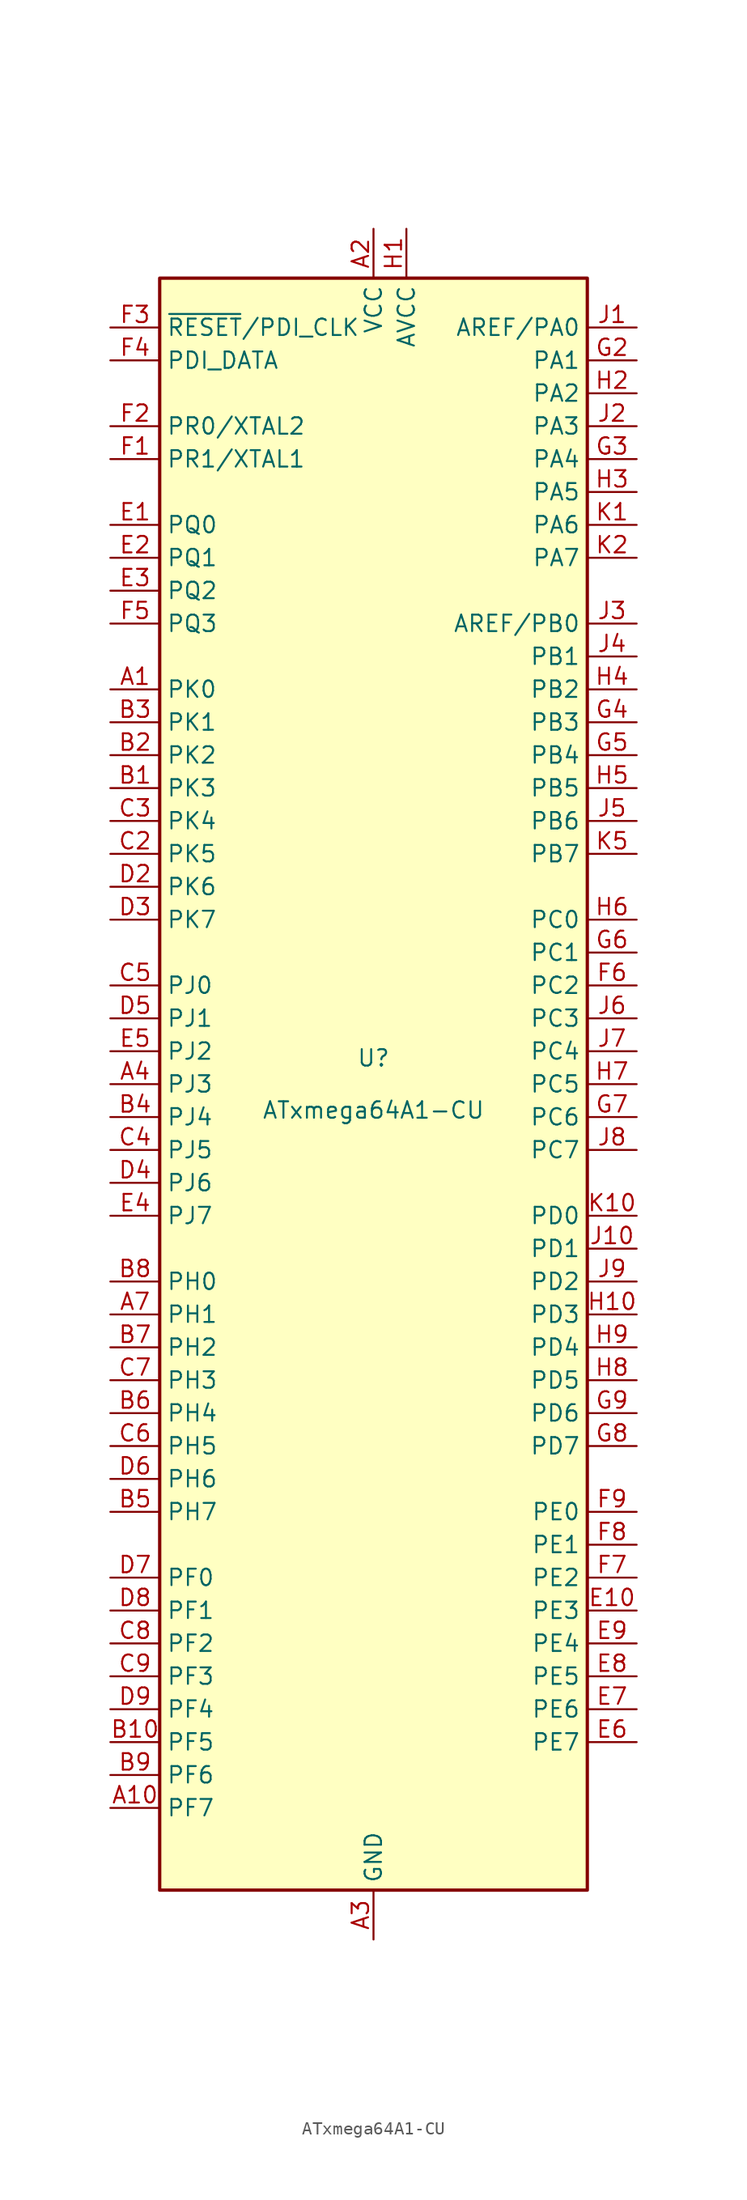
<source format=kicad_sym>
(kicad_symbol_lib
  (version 20211014)
  (generator kicad_symbol_editor)
  (symbol "ATxmega64A1-CU"
    (property "Reference" "U"
      (at 0 1.27 0)
      (effects (font (size 1.27 1.27)) (justify bottom)))
    (property "Value" "ATxmega64A1-CU"
      (at 0 -1.27 0)
      (effects (font (size 1.27 1.27)) (justify top)))
    (symbol "ATxmega64A1-CU_0_1"
      (rectangle (start -16.51 -62.23) (end 16.51 62.23) (stroke (width 0.254) (type default) (color 0 0 0 0)) (fill (type background))))
    (symbol "ATxmega64A1-CU_1_1"
      (pin bidirectional line (at -20.32 30.48 0) (length 3.81) (name "PK0" (effects (font (size 1.27 1.27)))) (number "A1" (effects (font (size 1.27 1.27)))))
      (pin bidirectional line (at -20.32 -55.88 0) (length 3.81) (name "PF7" (effects (font (size 1.27 1.27)))) (number "A10" (effects (font (size 1.27 1.27)))))
      (pin power_in line (at 0 66.04 270) (length 3.81) (name "VCC" (effects (font (size 1.27 1.27)))) (number "A2" (effects (font (size 1.27 1.27)))))
      (pin power_in line (at 0 -66.04 90) (length 3.81) (name "GND" (effects (font (size 1.27 1.27)))) (number "A3" (effects (font (size 1.27 1.27)))))
      (pin bidirectional line (at -20.32 0 0) (length 3.81) (name "PJ3" (effects (font (size 1.27 1.27)))) (number "A4" (effects (font (size 1.27 1.27)))))
      (pin passive line (at 0 66.04 270) (length 3.81) hide (name "VCC" (effects (font (size 1.27 1.27)))) (number "A5" (effects (font (size 1.27 1.27)))))
      (pin passive line (at 0 -66.04 90) (length 3.81) hide (name "GND" (effects (font (size 1.27 1.27)))) (number "A6" (effects (font (size 1.27 1.27)))))
      (pin bidirectional line (at -20.32 -17.78 0) (length 3.81) (name "PH1" (effects (font (size 1.27 1.27)))) (number "A7" (effects (font (size 1.27 1.27)))))
      (pin passive line (at 0 -66.04 90) (length 3.81) hide (name "GND" (effects (font (size 1.27 1.27)))) (number "A8" (effects (font (size 1.27 1.27)))))
      (pin passive line (at 0 66.04 270) (length 3.81) hide (name "VCC" (effects (font (size 1.27 1.27)))) (number "A9" (effects (font (size 1.27 1.27)))))
      (pin bidirectional line (at -20.32 22.86 0) (length 3.81) (name "PK3" (effects (font (size 1.27 1.27)))) (number "B1" (effects (font (size 1.27 1.27)))))
      (pin bidirectional line (at -20.32 -50.8 0) (length 3.81) (name "PF5" (effects (font (size 1.27 1.27)))) (number "B10" (effects (font (size 1.27 1.27)))))
      (pin bidirectional line (at -20.32 25.4 0) (length 3.81) (name "PK2" (effects (font (size 1.27 1.27)))) (number "B2" (effects (font (size 1.27 1.27)))))
      (pin bidirectional line (at -20.32 27.94 0) (length 3.81) (name "PK1" (effects (font (size 1.27 1.27)))) (number "B3" (effects (font (size 1.27 1.27)))))
      (pin bidirectional line (at -20.32 -2.54 0) (length 3.81) (name "PJ4" (effects (font (size 1.27 1.27)))) (number "B4" (effects (font (size 1.27 1.27)))))
      (pin bidirectional line (at -20.32 -33.02 0) (length 3.81) (name "PH7" (effects (font (size 1.27 1.27)))) (number "B5" (effects (font (size 1.27 1.27)))))
      (pin bidirectional line (at -20.32 -25.4 0) (length 3.81) (name "PH4" (effects (font (size 1.27 1.27)))) (number "B6" (effects (font (size 1.27 1.27)))))
      (pin bidirectional line (at -20.32 -20.32 0) (length 3.81) (name "PH2" (effects (font (size 1.27 1.27)))) (number "B7" (effects (font (size 1.27 1.27)))))
      (pin bidirectional line (at -20.32 -15.24 0) (length 3.81) (name "PH0" (effects (font (size 1.27 1.27)))) (number "B8" (effects (font (size 1.27 1.27)))))
      (pin bidirectional line (at -20.32 -53.34 0) (length 3.81) (name "PF6" (effects (font (size 1.27 1.27)))) (number "B9" (effects (font (size 1.27 1.27)))))
      (pin passive line (at 0 66.04 270) (length 3.81) hide (name "VCC" (effects (font (size 1.27 1.27)))) (number "C1" (effects (font (size 1.27 1.27)))))
      (pin passive line (at 0 66.04 270) (length 3.81) hide (name "VCC" (effects (font (size 1.27 1.27)))) (number "C10" (effects (font (size 1.27 1.27)))))
      (pin bidirectional line (at -20.32 17.78 0) (length 3.81) (name "PK5" (effects (font (size 1.27 1.27)))) (number "C2" (effects (font (size 1.27 1.27)))))
      (pin bidirectional line (at -20.32 20.32 0) (length 3.81) (name "PK4" (effects (font (size 1.27 1.27)))) (number "C3" (effects (font (size 1.27 1.27)))))
      (pin bidirectional line (at -20.32 -5.08 0) (length 3.81) (name "PJ5" (effects (font (size 1.27 1.27)))) (number "C4" (effects (font (size 1.27 1.27)))))
      (pin bidirectional line (at -20.32 7.62 0) (length 3.81) (name "PJ0" (effects (font (size 1.27 1.27)))) (number "C5" (effects (font (size 1.27 1.27)))))
      (pin bidirectional line (at -20.32 -27.94 0) (length 3.81) (name "PH5" (effects (font (size 1.27 1.27)))) (number "C6" (effects (font (size 1.27 1.27)))))
      (pin bidirectional line (at -20.32 -22.86 0) (length 3.81) (name "PH3" (effects (font (size 1.27 1.27)))) (number "C7" (effects (font (size 1.27 1.27)))))
      (pin bidirectional line (at -20.32 -43.18 0) (length 3.81) (name "PF2" (effects (font (size 1.27 1.27)))) (number "C8" (effects (font (size 1.27 1.27)))))
      (pin bidirectional line (at -20.32 -45.72 0) (length 3.81) (name "PF3" (effects (font (size 1.27 1.27)))) (number "C9" (effects (font (size 1.27 1.27)))))
      (pin passive line (at 0 -66.04 90) (length 3.81) hide (name "GND" (effects (font (size 1.27 1.27)))) (number "D1" (effects (font (size 1.27 1.27)))))
      (pin passive line (at 0 -66.04 90) (length 3.81) hide (name "GND" (effects (font (size 1.27 1.27)))) (number "D10" (effects (font (size 1.27 1.27)))))
      (pin bidirectional line (at -20.32 15.24 0) (length 3.81) (name "PK6" (effects (font (size 1.27 1.27)))) (number "D2" (effects (font (size 1.27 1.27)))))
      (pin bidirectional line (at -20.32 12.7 0) (length 3.81) (name "PK7" (effects (font (size 1.27 1.27)))) (number "D3" (effects (font (size 1.27 1.27)))))
      (pin bidirectional line (at -20.32 -7.62 0) (length 3.81) (name "PJ6" (effects (font (size 1.27 1.27)))) (number "D4" (effects (font (size 1.27 1.27)))))
      (pin bidirectional line (at -20.32 5.08 0) (length 3.81) (name "PJ1" (effects (font (size 1.27 1.27)))) (number "D5" (effects (font (size 1.27 1.27)))))
      (pin bidirectional line (at -20.32 -30.48 0) (length 3.81) (name "PH6" (effects (font (size 1.27 1.27)))) (number "D6" (effects (font (size 1.27 1.27)))))
      (pin bidirectional line (at -20.32 -38.1 0) (length 3.81) (name "PF0" (effects (font (size 1.27 1.27)))) (number "D7" (effects (font (size 1.27 1.27)))))
      (pin bidirectional line (at -20.32 -40.64 0) (length 3.81) (name "PF1" (effects (font (size 1.27 1.27)))) (number "D8" (effects (font (size 1.27 1.27)))))
      (pin bidirectional line (at -20.32 -48.26 0) (length 3.81) (name "PF4" (effects (font (size 1.27 1.27)))) (number "D9" (effects (font (size 1.27 1.27)))))
      (pin bidirectional line (at -20.32 43.18 0) (length 3.81) (name "PQ0" (effects (font (size 1.27 1.27)))) (number "E1" (effects (font (size 1.27 1.27)))))
      (pin bidirectional line (at 20.32 -40.64 180) (length 3.81) (name "PE3" (effects (font (size 1.27 1.27)))) (number "E10" (effects (font (size 1.27 1.27)))))
      (pin bidirectional line (at -20.32 40.64 0) (length 3.81) (name "PQ1" (effects (font (size 1.27 1.27)))) (number "E2" (effects (font (size 1.27 1.27)))))
      (pin bidirectional line (at -20.32 38.1 0) (length 3.81) (name "PQ2" (effects (font (size 1.27 1.27)))) (number "E3" (effects (font (size 1.27 1.27)))))
      (pin bidirectional line (at -20.32 -10.16 0) (length 3.81) (name "PJ7" (effects (font (size 1.27 1.27)))) (number "E4" (effects (font (size 1.27 1.27)))))
      (pin bidirectional line (at -20.32 2.54 0) (length 3.81) (name "PJ2" (effects (font (size 1.27 1.27)))) (number "E5" (effects (font (size 1.27 1.27)))))
      (pin bidirectional line (at 20.32 -50.8 180) (length 3.81) (name "PE7" (effects (font (size 1.27 1.27)))) (number "E6" (effects (font (size 1.27 1.27)))))
      (pin bidirectional line (at 20.32 -48.26 180) (length 3.81) (name "PE6" (effects (font (size 1.27 1.27)))) (number "E7" (effects (font (size 1.27 1.27)))))
      (pin bidirectional line (at 20.32 -45.72 180) (length 3.81) (name "PE5" (effects (font (size 1.27 1.27)))) (number "E8" (effects (font (size 1.27 1.27)))))
      (pin bidirectional line (at 20.32 -43.18 180) (length 3.81) (name "PE4" (effects (font (size 1.27 1.27)))) (number "E9" (effects (font (size 1.27 1.27)))))
      (pin bidirectional line (at -20.32 48.26 0) (length 3.81) (name "PR1/XTAL1" (effects (font (size 1.27 1.27)))) (number "F1" (effects (font (size 1.27 1.27)))))
      (pin passive line (at 0 66.04 270) (length 3.81) hide (name "VCC" (effects (font (size 1.27 1.27)))) (number "F10" (effects (font (size 1.27 1.27)))))
      (pin bidirectional line (at -20.32 50.8 0) (length 3.81) (name "PR0/XTAL2" (effects (font (size 1.27 1.27)))) (number "F2" (effects (font (size 1.27 1.27)))))
      (pin input line (at -20.32 58.42 0) (length 3.81) (name "~{RESET}/PDI_CLK" (effects (font (size 1.27 1.27)))) (number "F3" (effects (font (size 1.27 1.27)))))
      (pin bidirectional line (at -20.32 55.88 0) (length 3.81) (name "PDI_DATA" (effects (font (size 1.27 1.27)))) (number "F4" (effects (font (size 1.27 1.27)))))
      (pin bidirectional line (at -20.32 35.56 0) (length 3.81) (name "PQ3" (effects (font (size 1.27 1.27)))) (number "F5" (effects (font (size 1.27 1.27)))))
      (pin bidirectional line (at 20.32 7.62 180) (length 3.81) (name "PC2" (effects (font (size 1.27 1.27)))) (number "F6" (effects (font (size 1.27 1.27)))))
      (pin bidirectional line (at 20.32 -38.1 180) (length 3.81) (name "PE2" (effects (font (size 1.27 1.27)))) (number "F7" (effects (font (size 1.27 1.27)))))
      (pin bidirectional line (at 20.32 -35.56 180) (length 3.81) (name "PE1" (effects (font (size 1.27 1.27)))) (number "F8" (effects (font (size 1.27 1.27)))))
      (pin bidirectional line (at 20.32 -33.02 180) (length 3.81) (name "PE0" (effects (font (size 1.27 1.27)))) (number "F9" (effects (font (size 1.27 1.27)))))
      (pin passive line (at 0 -66.04 90) (length 3.81) hide (name "GND" (effects (font (size 1.27 1.27)))) (number "G1" (effects (font (size 1.27 1.27)))))
      (pin passive line (at 0 -66.04 90) (length 3.81) hide (name "GND" (effects (font (size 1.27 1.27)))) (number "G10" (effects (font (size 1.27 1.27)))))
      (pin bidirectional line (at 20.32 55.88 180) (length 3.81) (name "PA1" (effects (font (size 1.27 1.27)))) (number "G2" (effects (font (size 1.27 1.27)))))
      (pin bidirectional line (at 20.32 48.26 180) (length 3.81) (name "PA4" (effects (font (size 1.27 1.27)))) (number "G3" (effects (font (size 1.27 1.27)))))
      (pin bidirectional line (at 20.32 27.94 180) (length 3.81) (name "PB3" (effects (font (size 1.27 1.27)))) (number "G4" (effects (font (size 1.27 1.27)))))
      (pin bidirectional line (at 20.32 25.4 180) (length 3.81) (name "PB4" (effects (font (size 1.27 1.27)))) (number "G5" (effects (font (size 1.27 1.27)))))
      (pin bidirectional line (at 20.32 10.16 180) (length 3.81) (name "PC1" (effects (font (size 1.27 1.27)))) (number "G6" (effects (font (size 1.27 1.27)))))
      (pin bidirectional line (at 20.32 -2.54 180) (length 3.81) (name "PC6" (effects (font (size 1.27 1.27)))) (number "G7" (effects (font (size 1.27 1.27)))))
      (pin bidirectional line (at 20.32 -27.94 180) (length 3.81) (name "PD7" (effects (font (size 1.27 1.27)))) (number "G8" (effects (font (size 1.27 1.27)))))
      (pin bidirectional line (at 20.32 -25.4 180) (length 3.81) (name "PD6" (effects (font (size 1.27 1.27)))) (number "G9" (effects (font (size 1.27 1.27)))))
      (pin power_in line (at 2.54 66.04 270) (length 3.81) (name "AVCC" (effects (font (size 1.27 1.27)))) (number "H1" (effects (font (size 1.27 1.27)))))
      (pin bidirectional line (at 20.32 -17.78 180) (length 3.81) (name "PD3" (effects (font (size 1.27 1.27)))) (number "H10" (effects (font (size 1.27 1.27)))))
      (pin bidirectional line (at 20.32 53.34 180) (length 3.81) (name "PA2" (effects (font (size 1.27 1.27)))) (number "H2" (effects (font (size 1.27 1.27)))))
      (pin bidirectional line (at 20.32 45.72 180) (length 3.81) (name "PA5" (effects (font (size 1.27 1.27)))) (number "H3" (effects (font (size 1.27 1.27)))))
      (pin bidirectional line (at 20.32 30.48 180) (length 3.81) (name "PB2" (effects (font (size 1.27 1.27)))) (number "H4" (effects (font (size 1.27 1.27)))))
      (pin bidirectional line (at 20.32 22.86 180) (length 3.81) (name "PB5" (effects (font (size 1.27 1.27)))) (number "H5" (effects (font (size 1.27 1.27)))))
      (pin bidirectional line (at 20.32 12.7 180) (length 3.81) (name "PC0" (effects (font (size 1.27 1.27)))) (number "H6" (effects (font (size 1.27 1.27)))))
      (pin bidirectional line (at 20.32 0 180) (length 3.81) (name "PC5" (effects (font (size 1.27 1.27)))) (number "H7" (effects (font (size 1.27 1.27)))))
      (pin bidirectional line (at 20.32 -22.86 180) (length 3.81) (name "PD5" (effects (font (size 1.27 1.27)))) (number "H8" (effects (font (size 1.27 1.27)))))
      (pin bidirectional line (at 20.32 -20.32 180) (length 3.81) (name "PD4" (effects (font (size 1.27 1.27)))) (number "H9" (effects (font (size 1.27 1.27)))))
      (pin bidirectional line (at 20.32 58.42 180) (length 3.81) (name "AREF/PA0" (effects (font (size 1.27 1.27)))) (number "J1" (effects (font (size 1.27 1.27)))))
      (pin bidirectional line (at 20.32 -12.7 180) (length 3.81) (name "PD1" (effects (font (size 1.27 1.27)))) (number "J10" (effects (font (size 1.27 1.27)))))
      (pin bidirectional line (at 20.32 50.8 180) (length 3.81) (name "PA3" (effects (font (size 1.27 1.27)))) (number "J2" (effects (font (size 1.27 1.27)))))
      (pin bidirectional line (at 20.32 35.56 180) (length 3.81) (name "AREF/PB0" (effects (font (size 1.27 1.27)))) (number "J3" (effects (font (size 1.27 1.27)))))
      (pin bidirectional line (at 20.32 33.02 180) (length 3.81) (name "PB1" (effects (font (size 1.27 1.27)))) (number "J4" (effects (font (size 1.27 1.27)))))
      (pin bidirectional line (at 20.32 20.32 180) (length 3.81) (name "PB6" (effects (font (size 1.27 1.27)))) (number "J5" (effects (font (size 1.27 1.27)))))
      (pin bidirectional line (at 20.32 5.08 180) (length 3.81) (name "PC3" (effects (font (size 1.27 1.27)))) (number "J6" (effects (font (size 1.27 1.27)))))
      (pin bidirectional line (at 20.32 2.54 180) (length 3.81) (name "PC4" (effects (font (size 1.27 1.27)))) (number "J7" (effects (font (size 1.27 1.27)))))
      (pin bidirectional line (at 20.32 -5.08 180) (length 3.81) (name "PC7" (effects (font (size 1.27 1.27)))) (number "J8" (effects (font (size 1.27 1.27)))))
      (pin bidirectional line (at 20.32 -15.24 180) (length 3.81) (name "PD2" (effects (font (size 1.27 1.27)))) (number "J9" (effects (font (size 1.27 1.27)))))
      (pin bidirectional line (at 20.32 43.18 180) (length 3.81) (name "PA6" (effects (font (size 1.27 1.27)))) (number "K1" (effects (font (size 1.27 1.27)))))
      (pin bidirectional line (at 20.32 -10.16 180) (length 3.81) (name "PD0" (effects (font (size 1.27 1.27)))) (number "K10" (effects (font (size 1.27 1.27)))))
      (pin bidirectional line (at 20.32 40.64 180) (length 3.81) (name "PA7" (effects (font (size 1.27 1.27)))) (number "K2" (effects (font (size 1.27 1.27)))))
      (pin passive line (at 0 -66.04 90) (length 3.81) hide (name "GND" (effects (font (size 1.27 1.27)))) (number "K3" (effects (font (size 1.27 1.27)))))
      (pin passive line (at 2.54 66.04 270) (length 3.81) hide (name "AVCC" (effects (font (size 1.27 1.27)))) (number "K4" (effects (font (size 1.27 1.27)))))
      (pin bidirectional line (at 20.32 17.78 180) (length 3.81) (name "PB7" (effects (font (size 1.27 1.27)))) (number "K5" (effects (font (size 1.27 1.27)))))
      (pin passive line (at 0 66.04 270) (length 3.81) hide (name "VCC" (effects (font (size 1.27 1.27)))) (number "K6" (effects (font (size 1.27 1.27)))))
      (pin passive line (at 0 -66.04 90) (length 3.81) hide (name "GND" (effects (font (size 1.27 1.27)))) (number "K7" (effects (font (size 1.27 1.27)))))
      (pin passive line (at 0 66.04 270) (length 3.81) hide (name "VCC" (effects (font (size 1.27 1.27)))) (number "K8" (effects (font (size 1.27 1.27)))))
      (pin passive line (at 0 -66.04 90) (length 3.81) hide (name "GND" (effects (font (size 1.27 1.27)))) (number "K9" (effects (font (size 1.27 1.27))))))))
</source>
